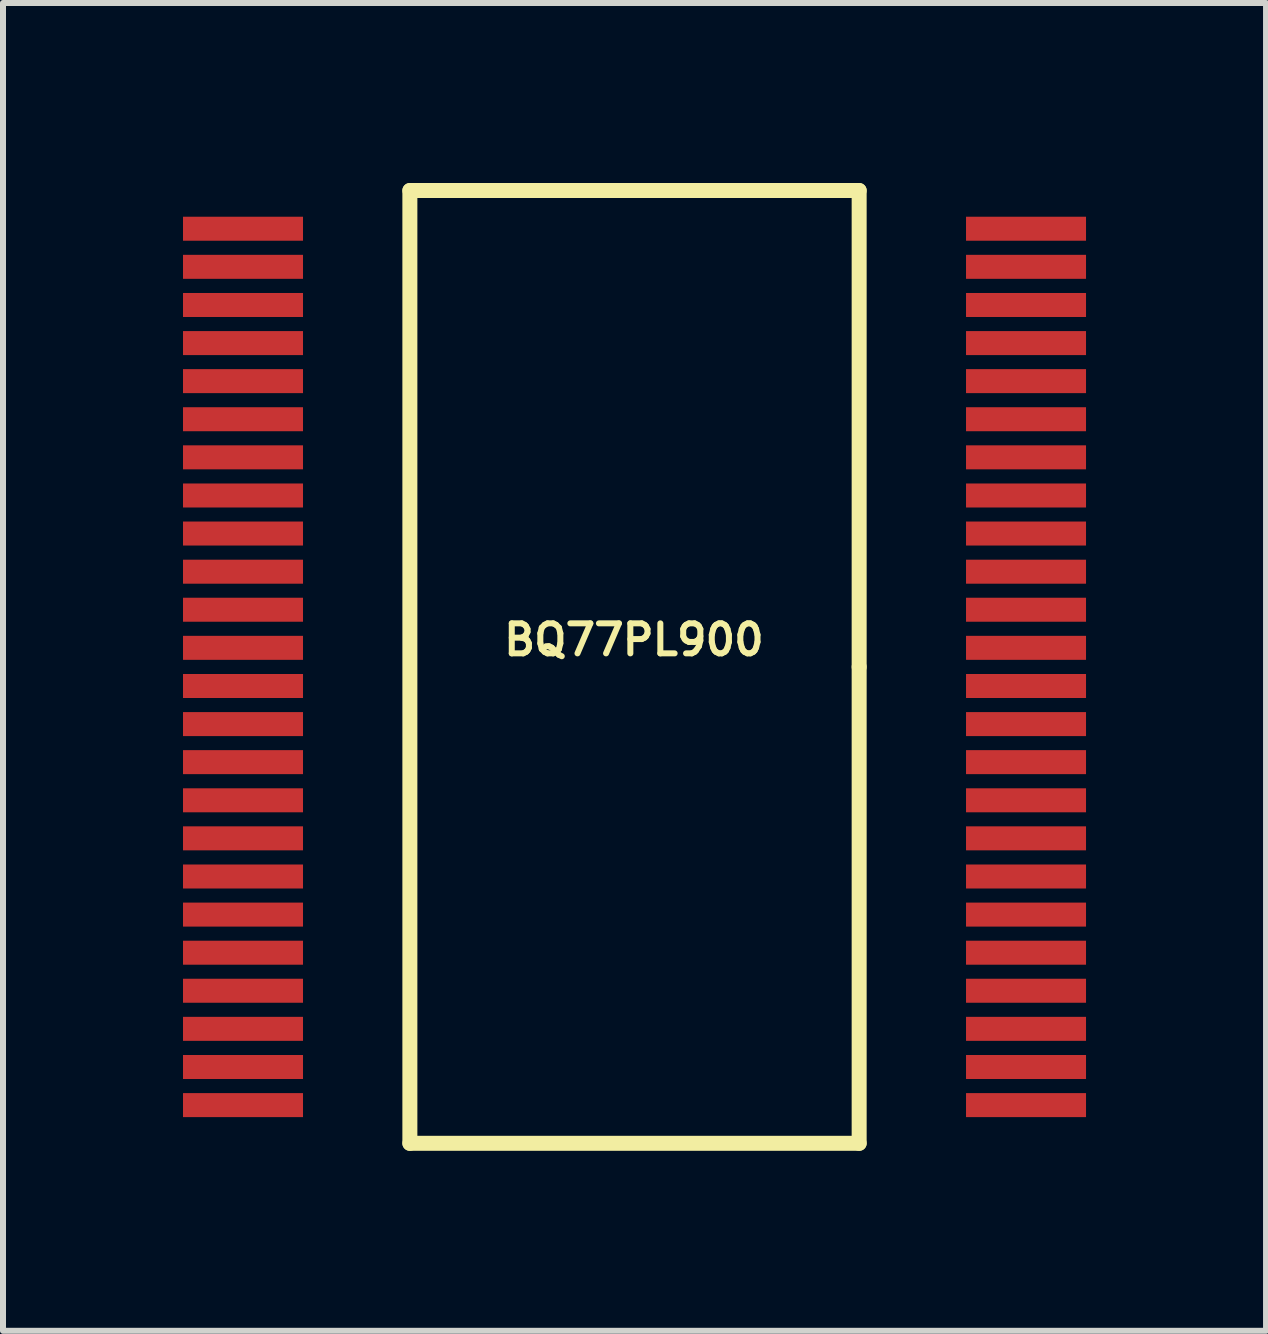
<source format=kicad_pcb>
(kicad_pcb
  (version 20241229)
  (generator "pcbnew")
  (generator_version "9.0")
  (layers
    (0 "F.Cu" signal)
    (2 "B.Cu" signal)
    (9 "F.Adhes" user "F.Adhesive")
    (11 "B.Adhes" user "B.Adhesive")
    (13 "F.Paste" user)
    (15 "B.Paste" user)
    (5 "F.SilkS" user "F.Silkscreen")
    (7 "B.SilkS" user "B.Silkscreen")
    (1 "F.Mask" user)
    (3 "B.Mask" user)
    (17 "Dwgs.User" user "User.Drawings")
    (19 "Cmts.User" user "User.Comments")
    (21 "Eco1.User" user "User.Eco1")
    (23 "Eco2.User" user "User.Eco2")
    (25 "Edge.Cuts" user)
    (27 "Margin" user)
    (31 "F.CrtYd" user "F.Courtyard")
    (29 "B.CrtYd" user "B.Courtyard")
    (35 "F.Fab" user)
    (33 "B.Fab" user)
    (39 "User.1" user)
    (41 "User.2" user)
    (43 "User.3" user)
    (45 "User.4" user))
  (footprint "BQ77PL900"
    (layer "F.Cu")
    (at 7.525 8.065)
    (property "Reference" "BQ77PL900" (at -0.01 -0.452 0) (layer "F.SilkS") (effects (font (size 0.5 0.5) (thickness 0.1))))
    (attr through_hole)
    (fp_line (start -3.744 -7.94) (end 3.744 -7.94) (stroke (width 0.25) (type solid)) (layer "F.SilkS"))
    (fp_line (start -3.744 7.94) (end -3.744 -7.94) (stroke (width 0.25) (type solid)) (layer "F.SilkS"))
    (fp_line (start 3.744 -7.94) (end 3.744 0) (stroke (width 0.25) (type solid)) (layer "F.SilkS"))
    (fp_line (start 3.744 0) (end 3.744 7.94) (stroke (width 0.25) (type solid)) (layer "F.SilkS"))
    (fp_line (start 3.744 7.94) (end -3.744 7.94) (stroke (width 0.25) (type solid)) (layer "F.SilkS"))
    (pad "1" smd rect (at -6.525 -7.303) (size 2 0.4) (layers "F.Cu" "F.Mask" "F.Paste"))
    (pad "2" smd rect (at -6.525 -6.668) (size 2 0.4) (layers "F.Cu" "F.Mask" "F.Paste"))
    (pad "3" smd rect (at -6.525 -6.032) (size 2 0.4) (layers "F.Cu" "F.Mask" "F.Paste"))
    (pad "4" smd rect (at -6.525 -5.397) (size 2 0.4) (layers "F.Cu" "F.Mask" "F.Paste"))
    (pad "5" smd rect (at -6.525 -4.763) (size 2 0.4) (layers "F.Cu" "F.Mask" "F.Paste"))
    (pad "6" smd rect (at -6.525 -4.128) (size 2 0.4) (layers "F.Cu" "F.Mask" "F.Paste"))
    (pad "7" smd rect (at -6.525 -3.493) (size 2 0.4) (layers "F.Cu" "F.Mask" "F.Paste"))
    (pad "8" smd rect (at -6.525 -2.857) (size 2 0.4) (layers "F.Cu" "F.Mask" "F.Paste"))
    (pad "9" smd rect (at -6.525 -2.223) (size 2 0.4) (layers "F.Cu" "F.Mask" "F.Paste"))
    (pad "10" smd rect (at -6.525 -1.587) (size 2 0.4) (layers "F.Cu" "F.Mask" "F.Paste"))
    (pad "11" smd rect (at -6.525 -0.953) (size 2 0.4) (layers "F.Cu" "F.Mask" "F.Paste"))
    (pad "12" smd rect (at -6.525 -0.318) (size 2 0.4) (layers "F.Cu" "F.Mask" "F.Paste"))
    (pad "13" smd rect (at -6.525 0.318) (size 2 0.4) (layers "F.Cu" "F.Mask" "F.Paste"))
    (pad "14" smd rect (at -6.525 0.953) (size 2 0.4) (layers "F.Cu" "F.Mask" "F.Paste"))
    (pad "15" smd rect (at -6.525 1.587) (size 2 0.4) (layers "F.Cu" "F.Mask" "F.Paste"))
    (pad "16" smd rect (at -6.525 2.223) (size 2 0.4) (layers "F.Cu" "F.Mask" "F.Paste"))
    (pad "17" smd rect (at -6.525 2.857) (size 2 0.4) (layers "F.Cu" "F.Mask" "F.Paste"))
    (pad "18" smd rect (at -6.525 3.493) (size 2 0.4) (layers "F.Cu" "F.Mask" "F.Paste"))
    (pad "19" smd rect (at -6.525 4.128) (size 2 0.4) (layers "F.Cu" "F.Mask" "F.Paste"))
    (pad "20" smd rect (at -6.525 4.763) (size 2 0.4) (layers "F.Cu" "F.Mask" "F.Paste"))
    (pad "21" smd rect (at -6.525 5.397) (size 2 0.4) (layers "F.Cu" "F.Mask" "F.Paste"))
    (pad "22" smd rect (at -6.525 6.032) (size 2 0.4) (layers "F.Cu" "F.Mask" "F.Paste"))
    (pad "23" smd rect (at -6.525 6.668) (size 2 0.4) (layers "F.Cu" "F.Mask" "F.Paste"))
    (pad "24" smd rect (at -6.525 7.303) (size 2 0.4) (layers "F.Cu" "F.Mask" "F.Paste"))
    (pad "25" smd rect (at 6.525 7.303) (size 2 0.4) (layers "F.Cu" "F.Mask" "F.Paste"))
    (pad "26" smd rect (at 6.525 6.668) (size 2 0.4) (layers "F.Cu" "F.Mask" "F.Paste"))
    (pad "27" smd rect (at 6.525 6.032) (size 2 0.4) (layers "F.Cu" "F.Mask" "F.Paste"))
    (pad "28" smd rect (at 6.525 5.397) (size 2 0.4) (layers "F.Cu" "F.Mask" "F.Paste"))
    (pad "29" smd rect (at 6.525 4.763) (size 2 0.4) (layers "F.Cu" "F.Mask" "F.Paste"))
    (pad "30" smd rect (at 6.525 4.128) (size 2 0.4) (layers "F.Cu" "F.Mask" "F.Paste"))
    (pad "31" smd rect (at 6.525 3.493) (size 2 0.4) (layers "F.Cu" "F.Mask" "F.Paste"))
    (pad "32" smd rect (at 6.525 2.857) (size 2 0.4) (layers "F.Cu" "F.Mask" "F.Paste"))
    (pad "33" smd rect (at 6.525 2.223) (size 2 0.4) (layers "F.Cu" "F.Mask" "F.Paste"))
    (pad "34" smd rect (at 6.525 1.587) (size 2 0.4) (layers "F.Cu" "F.Mask" "F.Paste"))
    (pad "35" smd rect (at 6.525 0.953) (size 2 0.4) (layers "F.Cu" "F.Mask" "F.Paste"))
    (pad "36" smd rect (at 6.525 0.318) (size 2 0.4) (layers "F.Cu" "F.Mask" "F.Paste"))
    (pad "37" smd rect (at 6.525 -0.318) (size 2 0.4) (layers "F.Cu" "F.Mask" "F.Paste"))
    (pad "38" smd rect (at 6.525 -0.953) (size 2 0.4) (layers "F.Cu" "F.Mask" "F.Paste"))
    (pad "39" smd rect (at 6.525 -1.587) (size 2 0.4) (layers "F.Cu" "F.Mask" "F.Paste"))
    (pad "40" smd rect (at 6.525 -2.223) (size 2 0.4) (layers "F.Cu" "F.Mask" "F.Paste"))
    (pad "41" smd rect (at 6.525 -2.857) (size 2 0.4) (layers "F.Cu" "F.Mask" "F.Paste"))
    (pad "42" smd rect (at 6.525 -3.493) (size 2 0.4) (layers "F.Cu" "F.Mask" "F.Paste"))
    (pad "43" smd rect (at 6.525 -4.128) (size 2 0.4) (layers "F.Cu" "F.Mask" "F.Paste"))
    (pad "44" smd rect (at 6.525 -4.763) (size 2 0.4) (layers "F.Cu" "F.Mask" "F.Paste"))
    (pad "45" smd rect (at 6.525 -5.397) (size 2 0.4) (layers "F.Cu" "F.Mask" "F.Paste"))
    (pad "46" smd rect (at 6.525 -6.032) (size 2 0.4) (layers "F.Cu" "F.Mask" "F.Paste"))
    (pad "47" smd rect (at 6.525 -6.668) (size 2 0.4) (layers "F.Cu" "F.Mask" "F.Paste"))
    (pad "48" smd rect (at 6.525 -7.303) (size 2 0.4) (layers "F.Cu" "F.Mask" "F.Paste")))
  (gr_rect
    (start -3 -3)
    (end 18.05 19.13)
    (stroke (width 0.1) (type default))
    (fill no)
    (layer "Edge.Cuts")))
</source>
